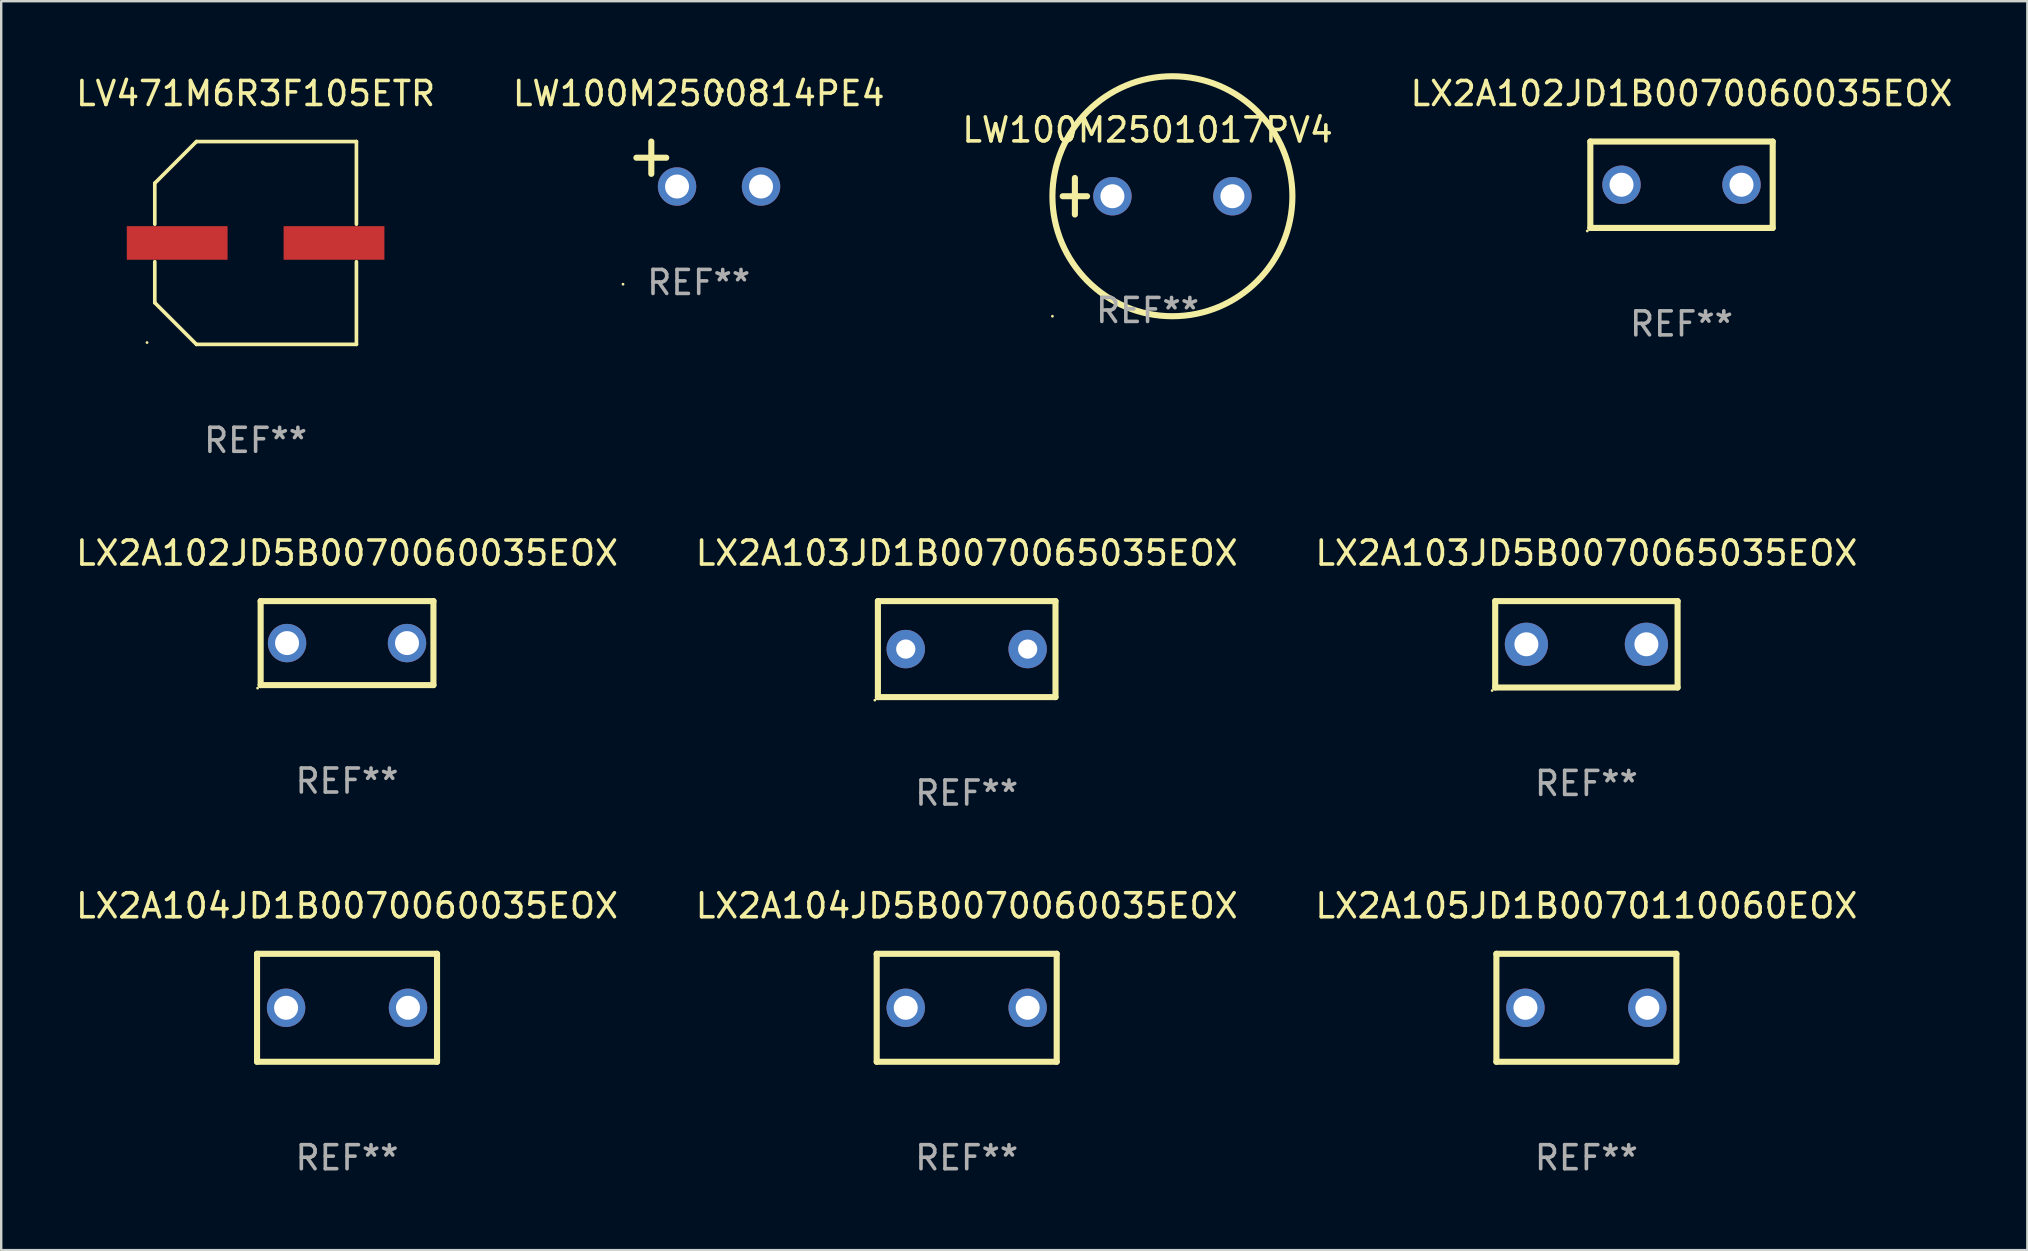
<source format=kicad_pcb>
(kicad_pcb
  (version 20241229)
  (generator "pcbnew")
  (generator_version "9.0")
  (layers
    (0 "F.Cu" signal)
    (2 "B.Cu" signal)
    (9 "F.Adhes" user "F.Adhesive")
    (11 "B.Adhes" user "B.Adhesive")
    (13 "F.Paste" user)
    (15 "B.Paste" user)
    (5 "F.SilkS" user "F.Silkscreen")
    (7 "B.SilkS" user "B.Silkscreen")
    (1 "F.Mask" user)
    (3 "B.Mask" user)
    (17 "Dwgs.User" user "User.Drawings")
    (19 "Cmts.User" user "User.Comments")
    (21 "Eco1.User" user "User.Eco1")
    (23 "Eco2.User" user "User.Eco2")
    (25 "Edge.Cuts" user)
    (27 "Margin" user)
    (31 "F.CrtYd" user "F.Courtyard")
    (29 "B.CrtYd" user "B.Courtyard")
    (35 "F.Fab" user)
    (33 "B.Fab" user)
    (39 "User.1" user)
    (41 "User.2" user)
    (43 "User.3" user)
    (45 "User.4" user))
  (footprint "LX2A102JD1B0070060035EOX"
    (layer "F.Cu")
    (at 67.018 4.648)
    (property "Reference" "LX2A102JD1B0070060035EOX" (at 0 -3.8 0) (layer "F.SilkS") (effects (font (size 1 1) (thickness 0.15))))
    (attr through_hole)
    (fp_line (start -3.8 -1.8) (end 3.8 -1.8) (stroke (width 0.254) (type solid)) (layer "F.SilkS"))
    (fp_line (start -3.8 1.8) (end -3.8 -1.8) (stroke (width 0.254) (type solid)) (layer "F.SilkS"))
    (fp_line (start 3.8 -1.8) (end 3.8 1.8) (stroke (width 0.254) (type solid)) (layer "F.SilkS"))
    (fp_line (start 3.8 1.8) (end -3.8 1.8) (stroke (width 0.254) (type solid)) (layer "F.SilkS"))
    (fp_circle (center -3.927 1.927) (end -3.897 1.927) (stroke (width 0.06) (type solid)) (fill no) (layer "F.SilkS"))
    (fp_text user "REF**" (at 0 5.8 0) (layer "F.Fab") (effects (font (size 1 1) (thickness 0.15))))
    (pad "1" thru_hole circle (at -2.5 0) (size 1.6 1.6) (drill 1) (layers "*.Cu" "*.Mask"))
    (pad "2" thru_hole circle (at 2.5 0) (size 1.6 1.6) (drill 1) (layers "*.Cu" "*.Mask")))
  (footprint "LW100M2500814PE4"
    (layer "F.Cu")
    (at 26.065 3.785)
    (property "Reference" "LW100M2500814PE4" (at 0 -2.937 0) (layer "F.SilkS") (effects (font (size 1 1) (thickness 0.15))))
    (attr through_hole)
    (fp_line (start -1.975 0.41) (end -1.975 -0.937) (stroke (width 0.254) (type solid)) (layer "F.SilkS"))
    (fp_line (start -1.353 -0.263) (end -2.597 -0.263) (stroke (width 0.254) (type solid)) (layer "F.SilkS"))
    (fp_arc (start 0.849759 -3.063945) (mid 0.885319 -3.064102) (end 0.920879 -3.063945) (stroke (width 0.254001) (type solid)) (layer "F.SilkS"))
    (fp_circle (center -3.154 5.008) (end -3.124 5.008) (stroke (width 0.06) (type solid)) (fill no) (layer "F.SilkS"))
    (fp_text user "REF**" (at 0 4.937 0) (layer "F.Fab") (effects (font (size 1 1) (thickness 0.15))))
    (pad "1" thru_hole circle (at -0.903 0.937) (size 1.6 1.6) (drill 1) (layers "*.Cu" "*.Mask"))
    (pad "2" thru_hole circle (at 2.597 0.937) (size 1.6 1.6) (drill 1) (layers "*.Cu" "*.Mask")))
  (footprint "LW100M2501017PV4"
    (layer "F.Cu")
    (at 44.768 5.127)
    (property "Reference" "LW100M2501017PV4" (at 0 -2.762 0) (layer "F.SilkS") (effects (font (size 1 1) (thickness 0.15))))
    (attr through_hole)
    (fp_line (start -3.536 0) (end -2.52 0) (stroke (width 0.254) (type solid)) (layer "F.SilkS"))
    (fp_line (start -3.028 -0.762) (end -3.028 0.762) (stroke (width 0.254) (type solid)) (layer "F.SilkS"))
    (fp_circle (center -3.964 5) (end -3.934 5) (stroke (width 0.06) (type solid)) (fill no) (layer "F.SilkS"))
    (fp_circle (center 1.036 0) (end 6.036 0) (stroke (width 0.254) (type solid)) (fill no) (layer "F.SilkS"))
    (fp_text user "REF**" (at 0 4.762 0) (layer "F.Fab") (effects (font (size 1 1) (thickness 0.15))))
    (pad "1" thru_hole circle (at -1.464 0) (size 1.6 1.6) (drill 1) (layers "*.Cu" "*.Mask"))
    (pad "2" thru_hole circle (at 3.536 0) (size 1.6 1.6) (drill 1) (layers "*.Cu" "*.Mask")))
  (footprint "LX2A102JD5B0070060035EOX"
    (layer "F.Cu")
    (at 11.411 23.747)
    (property "Reference" "LX2A102JD5B0070060035EOX" (at 0 -3.75 0) (layer "F.SilkS") (effects (font (size 1 1) (thickness 0.15))))
    (attr through_hole)
    (fp_line (start -3.6 -1.75) (end 3.6 -1.75) (stroke (width 0.254) (type solid)) (layer "F.SilkS"))
    (fp_line (start -3.6 1.75) (end -3.6 -1.75) (stroke (width 0.254) (type solid)) (layer "F.SilkS"))
    (fp_line (start -3.6 1.75) (end 3.6 1.75) (stroke (width 0.254) (type solid)) (layer "F.SilkS"))
    (fp_line (start 3.6 -1.75) (end 3.6 1.75) (stroke (width 0.254) (type solid)) (layer "F.SilkS"))
    (fp_circle (center -3.727 1.877) (end -3.697 1.877) (stroke (width 0.06) (type solid)) (fill no) (layer "F.SilkS"))
    (fp_text user "REF**" (at 0 5.75 0) (layer "F.Fab") (effects (font (size 1 1) (thickness 0.15))))
    (pad "1" thru_hole circle (at -2.499 -0.000013) (size 1.6 1.6) (drill 1) (layers "*.Cu" "*.Mask"))
    (pad "2" thru_hole circle (at 2.499 -0.000013) (size 1.6 1.6) (drill 1) (layers "*.Cu" "*.Mask")))
  (footprint "LX2A103JD1B0070065035EOX"
    (layer "F.Cu")
    (at 37.232 23.997)
    (property "Reference" "LX2A103JD1B0070065035EOX" (at 0 -4 0) (layer "F.SilkS") (effects (font (size 1 1) (thickness 0.15))))
    (attr through_hole)
    (fp_line (start -3.7 -2) (end -3.7 2) (stroke (width 0.254) (type solid)) (layer "F.SilkS"))
    (fp_line (start -3.7 -2) (end 3.7 -2) (stroke (width 0.254) (type solid)) (layer "F.SilkS"))
    (fp_line (start -3.7 2) (end 3.7 2) (stroke (width 0.254) (type solid)) (layer "F.SilkS"))
    (fp_line (start 3.7 -2) (end 3.7 2) (stroke (width 0.254) (type solid)) (layer "F.SilkS"))
    (fp_circle (center -3.827 2.127) (end -3.797 2.127) (stroke (width 0.06) (type solid)) (fill no) (layer "F.SilkS"))
    (fp_text user "REF**" (at 0 6 0) (layer "F.Fab") (effects (font (size 1 1) (thickness 0.15))))
    (pad "1" thru_hole circle (at -2.54 0) (size 1.6 1.6) (drill 0.8) (layers "*.Cu" "*.Mask"))
    (pad "2" thru_hole circle (at 2.54 0) (size 1.6 1.6) (drill 0.8) (layers "*.Cu" "*.Mask")))
  (footprint "LX2A104JD1B0070060035EOX"
    (layer "F.Cu")
    (at 11.411 38.944)
    (property "Reference" "LX2A104JD1B0070060035EOX" (at 0 -4.25 0) (layer "F.SilkS") (effects (font (size 1 1) (thickness 0.15))))
    (attr through_hole)
    (fp_line (start -3.75 -2.25) (end -3.75 2.25) (stroke (width 0.254) (type solid)) (layer "F.SilkS"))
    (fp_line (start -3.75 -2.25) (end 3.75 -2.25) (stroke (width 0.254) (type solid)) (layer "F.SilkS"))
    (fp_line (start 3.75 -2.25) (end 3.75 2.25) (stroke (width 0.254) (type solid)) (layer "F.SilkS"))
    (fp_line (start 3.75 2.25) (end -3.75 2.25) (stroke (width 0.254) (type solid)) (layer "F.SilkS"))
    (fp_circle (center -3.75 2.25) (end -3.72 2.25) (stroke (width 0.06) (type solid)) (fill no) (layer "F.SilkS"))
    (fp_text user "REF**" (at 0 6.25 0) (layer "F.Fab") (effects (font (size 1 1) (thickness 0.15))))
    (pad "1" thru_hole circle (at -2.54 0) (size 1.6 1.6) (drill 1) (layers "*.Cu" "*.Mask"))
    (pad "2" thru_hole circle (at 2.54 0) (size 1.6 1.6) (drill 1) (layers "*.Cu" "*.Mask")))
  (footprint "LX2A103JD5B0070065035EOX"
    (layer "F.Cu")
    (at 63.054 23.797)
    (property "Reference" "LX2A103JD5B0070065035EOX" (at 0 -3.8 0) (layer "F.SilkS") (effects (font (size 1 1) (thickness 0.15))))
    (attr through_hole)
    (fp_line (start -3.8 -1.8) (end -3.8 1.8) (stroke (width 0.254) (type solid)) (layer "F.SilkS"))
    (fp_line (start -3.8 -1.8) (end 3.8 -1.8) (stroke (width 0.254) (type solid)) (layer "F.SilkS"))
    (fp_line (start -3.8 1.8) (end 3.8 1.8) (stroke (width 0.254) (type solid)) (layer "F.SilkS"))
    (fp_line (start 3.8 -1.8) (end 3.8 1.8) (stroke (width 0.254) (type solid)) (layer "F.SilkS"))
    (fp_circle (center -3.927 1.927) (end -3.897 1.927) (stroke (width 0.06) (type solid)) (fill no) (layer "F.SilkS"))
    (fp_text user "REF**" (at 0 5.8 0) (layer "F.Fab") (effects (font (size 1 1) (thickness 0.15))))
    (pad "1" thru_hole circle (at -2.5 0) (size 1.8 1.8) (drill 1) (layers "*.Cu" "*.Mask"))
    (pad "2" thru_hole circle (at 2.5 0) (size 1.8 1.8) (drill 1) (layers "*.Cu" "*.Mask")))
  (footprint "LX2A104JD5B0070060035EOX"
    (layer "F.Cu")
    (at 37.232 38.944)
    (property "Reference" "LX2A104JD5B0070060035EOX" (at 0 -4.25 0) (layer "F.SilkS") (effects (font (size 1 1) (thickness 0.15))))
    (attr through_hole)
    (fp_line (start -3.75 -2.25) (end -3.75 2.25) (stroke (width 0.254) (type solid)) (layer "F.SilkS"))
    (fp_line (start -3.75 -2.25) (end 3.75 -2.25) (stroke (width 0.254) (type solid)) (layer "F.SilkS"))
    (fp_line (start 3.75 -2.25) (end 3.75 2.25) (stroke (width 0.254) (type solid)) (layer "F.SilkS"))
    (fp_line (start 3.75 2.25) (end -3.75 2.25) (stroke (width 0.254) (type solid)) (layer "F.SilkS"))
    (fp_circle (center -3.75 2.25) (end -3.72 2.25) (stroke (width 0.06) (type solid)) (fill no) (layer "F.SilkS"))
    (fp_text user "REF**" (at 0 6.25 0) (layer "F.Fab") (effects (font (size 1 1) (thickness 0.15))))
    (pad "1" thru_hole circle (at -2.54 0) (size 1.6 1.6) (drill 1) (layers "*.Cu" "*.Mask"))
    (pad "2" thru_hole circle (at 2.54 0) (size 1.6 1.6) (drill 1) (layers "*.Cu" "*.Mask")))
  (footprint "LX2A105JD1B0070110060EOX"
    (layer "F.Cu")
    (at 63.054 38.944)
    (property "Reference" "LX2A105JD1B0070110060EOX" (at 0 -4.25 0) (layer "F.SilkS") (effects (font (size 1 1) (thickness 0.15))))
    (attr through_hole)
    (fp_line (start -3.75 -2.25) (end -3.75 2.25) (stroke (width 0.254) (type solid)) (layer "F.SilkS"))
    (fp_line (start -3.75 -2.25) (end 3.75 -2.25) (stroke (width 0.254) (type solid)) (layer "F.SilkS"))
    (fp_line (start 3.75 -2.25) (end 3.75 2.25) (stroke (width 0.254) (type solid)) (layer "F.SilkS"))
    (fp_line (start 3.75 2.25) (end -3.75 2.25) (stroke (width 0.254) (type solid)) (layer "F.SilkS"))
    (fp_circle (center -3.75 2.25) (end -3.72 2.25) (stroke (width 0.06) (type solid)) (fill no) (layer "F.SilkS"))
    (fp_text user "REF**" (at 0 6.25 0) (layer "F.Fab") (effects (font (size 1 1) (thickness 0.15))))
    (pad "1" thru_hole circle (at -2.54 0) (size 1.6 1.6) (drill 1) (layers "*.Cu" "*.Mask"))
    (pad "2" thru_hole circle (at 2.54 0) (size 1.6 1.6) (drill 1) (layers "*.Cu" "*.Mask")))
  (footprint "LV471M6R3F105ETR"
    (layer "F.Cu")
    (at 7.601 7.074)
    (property "Reference" "LV471M6R3F105ETR" (at 0 -6.226 0) (layer "F.SilkS") (effects (font (size 1 1) (thickness 0.15))))
    (attr through_hole)
    (fp_line (start -4.201 -2.49) (end -4.201 -0.782) (stroke (width 0.152) (type solid)) (layer "F.SilkS"))
    (fp_line (start -4.201 2.49) (end -4.201 0.782) (stroke (width 0.152) (type solid)) (layer "F.SilkS"))
    (fp_line (start -2.465 -4.226) (end -4.201 -2.49) (stroke (width 0.152) (type solid)) (layer "F.SilkS"))
    (fp_line (start -2.465 4.226) (end -4.201 2.49) (stroke (width 0.152) (type solid)) (layer "F.SilkS"))
    (fp_line (start 4.201 -4.226) (end -2.465 -4.226) (stroke (width 0.152) (type solid)) (layer "F.SilkS"))
    (fp_line (start 4.201 -0.782) (end 4.201 -4.226) (stroke (width 0.152) (type solid)) (layer "F.SilkS"))
    (fp_line (start 4.201 0.782) (end 4.201 4.226) (stroke (width 0.152) (type solid)) (layer "F.SilkS"))
    (fp_line (start 4.201 4.226) (end -2.465 4.226) (stroke (width 0.152) (type solid)) (layer "F.SilkS"))
    (fp_circle (center -4.524 4.15) (end -4.494 4.15) (stroke (width 0.06) (type solid)) (fill no) (layer "F.SilkS"))
    (fp_text user "REF**" (at 0 8.226 0) (layer "F.Fab") (effects (font (size 1 1) (thickness 0.15))))
    (pad "1" smd rect (at -3.267 0) (size 4.2 1.4) (layers "F.Cu" "F.Mask" "F.Paste"))
    (pad "2" smd rect (at 3.267 0) (size 4.2 1.4) (layers "F.Cu" "F.Mask" "F.Paste")))
  (gr_rect
    (start -3 -3)
    (end 81.429 49.042)
    (stroke (width 0.1) (type default))
    (fill no)
    (layer "Edge.Cuts")))
</source>
